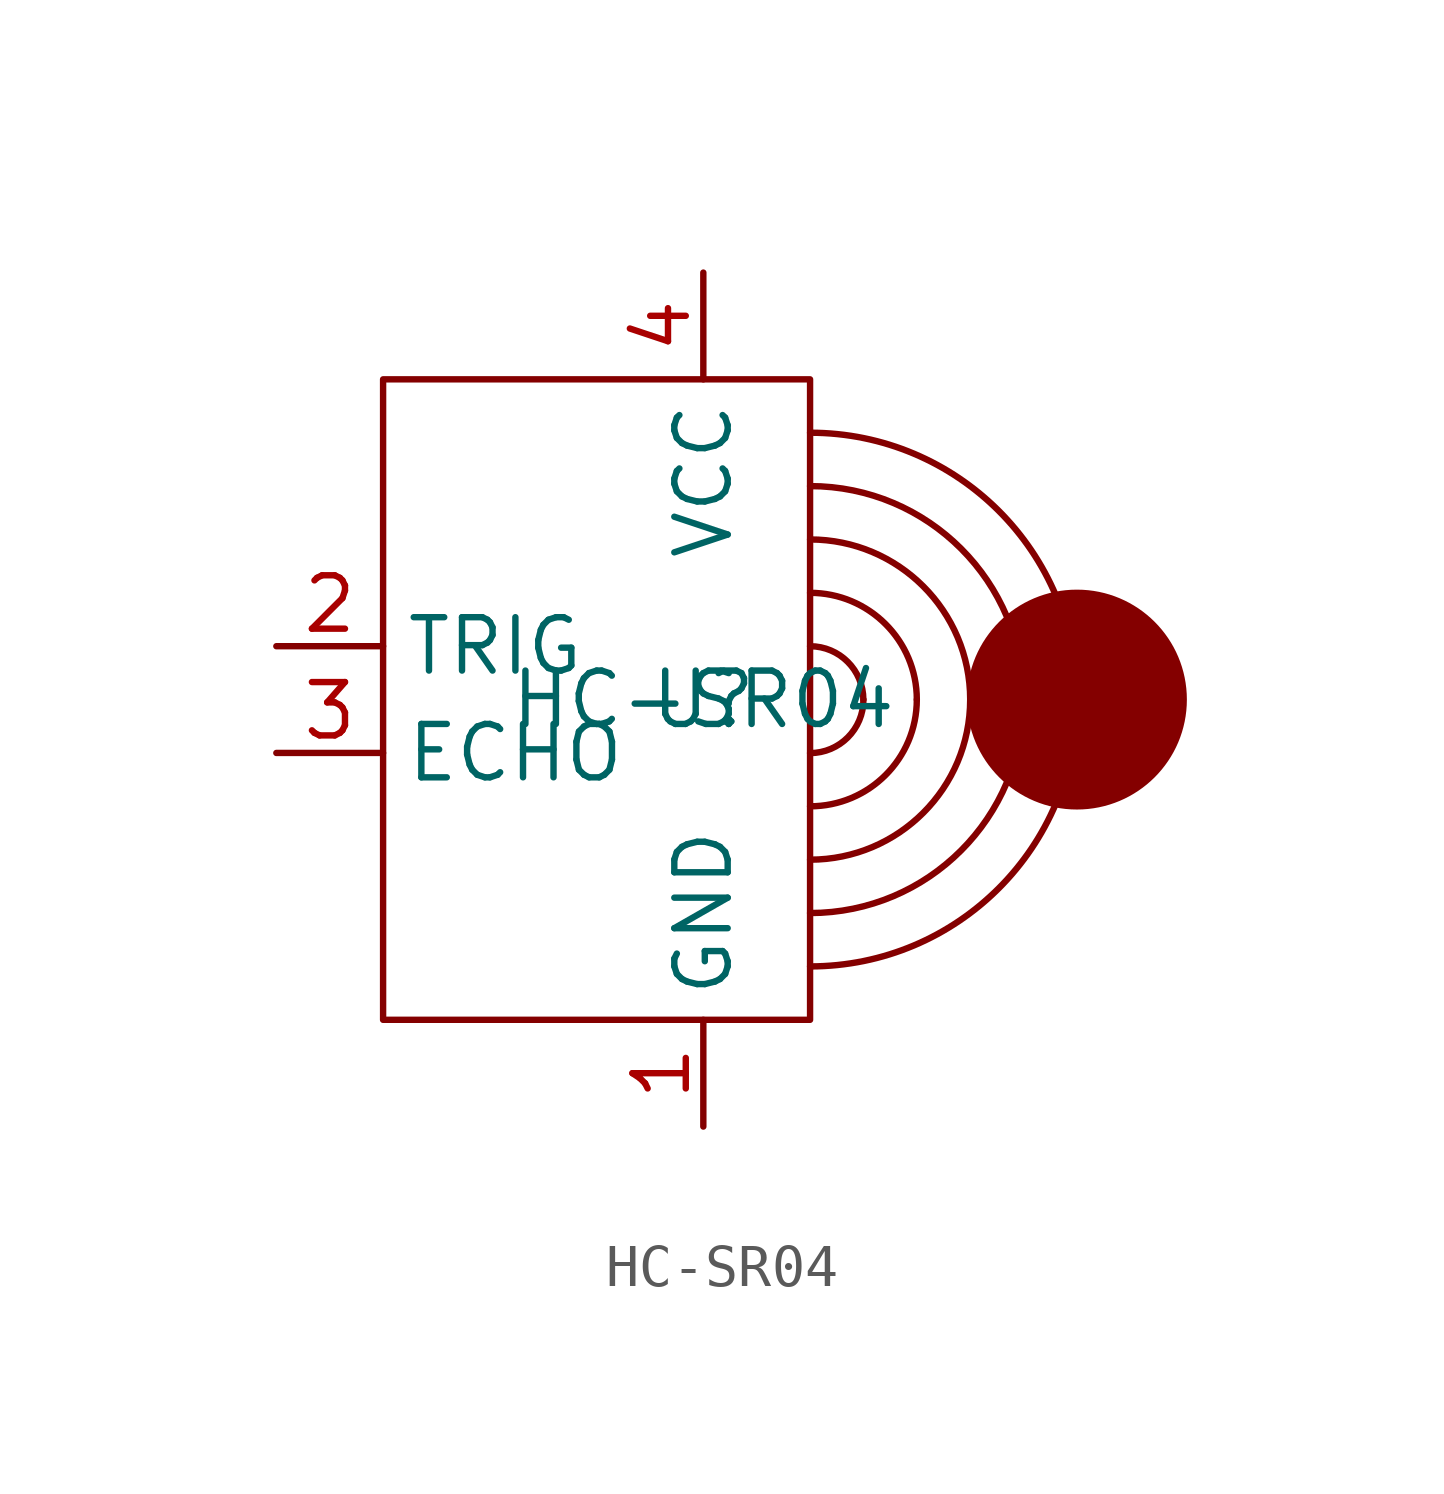
<source format=kicad_sym>
(kicad_symbol_lib
  (version 20220914)
  (generator kicad_symbol_editor)
  (symbol "HC-SR04"
    (property "Reference" "U"
      (at 0 0 0)
      (effects (font (size 1.27 1.27))))
    (property "Value" "HC-SR04"
      (at 0 0 0)
      (effects (font (size 1.27 1.27))))
    (symbol "HC-SR04_0_1"
      (rectangle (start -7.62 7.62) (end 2.54 -7.62) (stroke (width 0) (type default)) (fill (type none)))
      (arc (start 2.54 -6.35) (mid 7.0301 -4.4901) (end 8.89 0) (stroke (width 0) (type default)) (fill (type none)))
      (arc (start 2.54 -5.08) (mid 6.1321 -3.5921) (end 7.62 0) (stroke (width 0) (type default)) (fill (type none)))
      (arc (start 2.54 -3.81) (mid 5.2341 -2.6941) (end 6.35 0) (stroke (width 0) (type default)) (fill (type none)))
      (arc (start 2.54 -2.54) (mid 4.3361 -1.7961) (end 5.08 0) (stroke (width 0) (type default)) (fill (type none)))
      (arc (start 2.54 -1.27) (mid 3.438 -0.898) (end 3.81 0) (stroke (width 0) (type default)) (fill (type none)))
      (arc (start 3.81 0) (mid 3.438 0.898) (end 2.54 1.27) (stroke (width 0) (type default)) (fill (type none)))
      (arc (start 5.08 0) (mid 4.3361 1.7961) (end 2.54 2.54) (stroke (width 0) (type default)) (fill (type none)))
      (arc (start 6.35 0) (mid 5.2341 2.6941) (end 2.54 3.81) (stroke (width 0) (type default)) (fill (type none)))
      (arc (start 7.62 0) (mid 6.1321 3.5921) (end 2.54 5.08) (stroke (width 0) (type default)) (fill (type none)))
      (arc (start 8.89 0) (mid 7.0301 4.4901) (end 2.54 6.35) (stroke (width 0) (type default)) (fill (type none))))
    (symbol "HC-SR04_1_1"
      (circle (center 8.89 0) (radius 2.54) (stroke (width 0) (type default)) (fill (type outline)))
      (pin power_in line (at 0 -10.16 90) (length 2.54) (name "GND" (effects (font (size 1.27 1.27)))) (number "1" (effects (font (size 1.27 1.27)))))
      (pin input line (at -10.16 1.27 0) (length 2.54) (name "TRIG" (effects (font (size 1.27 1.27)))) (number "2" (effects (font (size 1.27 1.27)))))
      (pin output line (at -10.16 -1.27 0) (length 2.54) (name "ECHO" (effects (font (size 1.27 1.27)))) (number "3" (effects (font (size 1.27 1.27)))))
      (pin power_in line (at 0 10.16 270) (length 2.54) (name "VCC" (effects (font (size 1.27 1.27)))) (number "4" (effects (font (size 1.27 1.27))))))))
</source>
